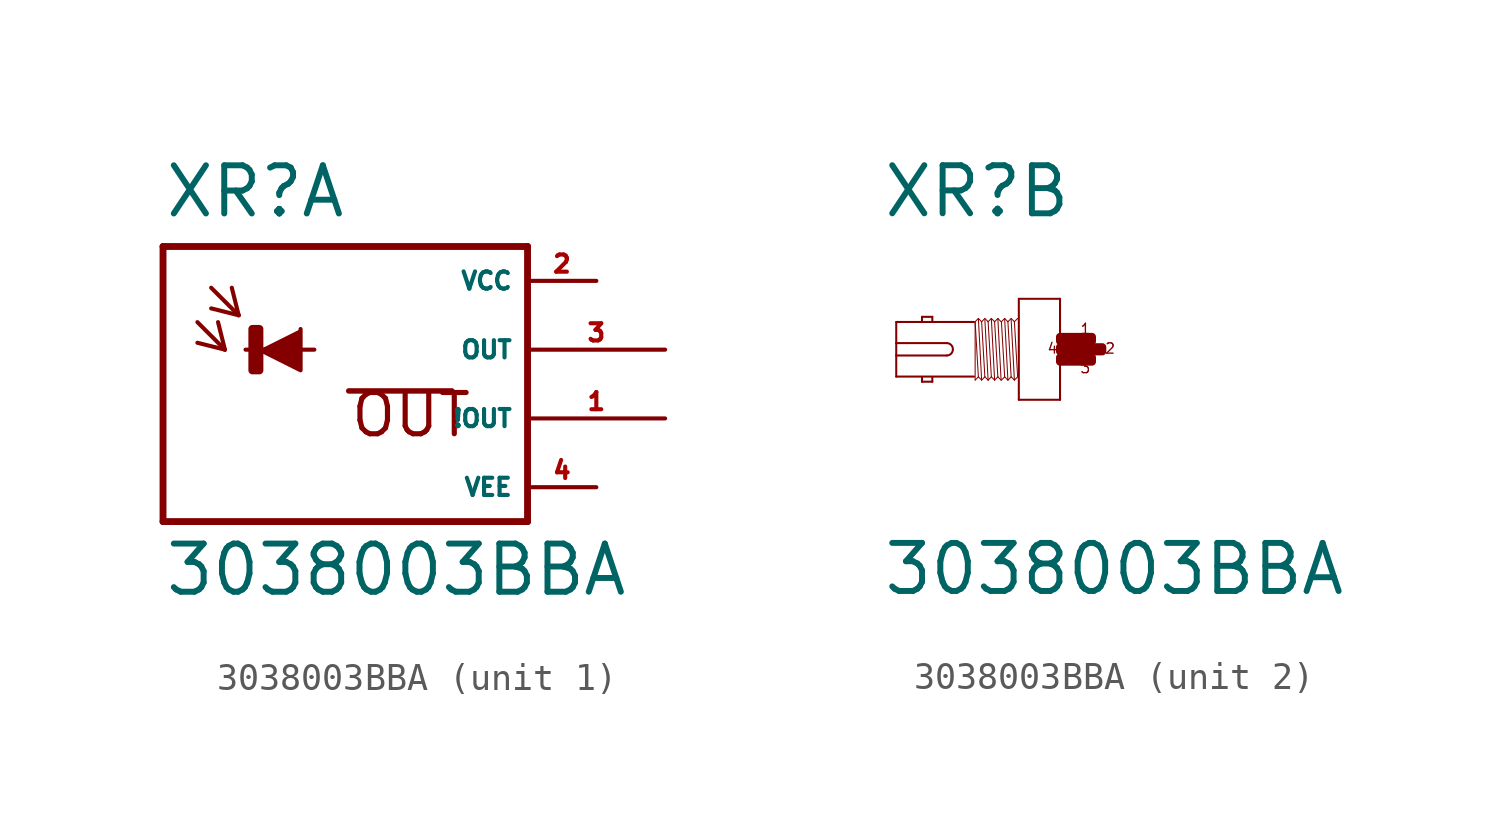
<source format=kicad_sym>
(kicad_symbol_lib
  (version 20220914)
  (generator Eagle2Kicad)
  (symbol "3038003BBA"
    (property "Reference" "XR"
      (at -5.842 4.801 0)
      (effects (font (size 1.778 1.778) (thickness 0.22)) (justify left bottom)))
    (property "Value" "3038003BBA"
      (at -5.842 -9.169 0)
      (effects (font (size 1.778 1.778) (thickness 0.22)) (justify left bottom)))
    (symbol "3038003BBA_1_0"
      (polyline (pts (xy -2.286 0) (xy -0.762 -0.762) (xy -0.762 0.762)) (stroke (width 0.152) (type default)) (fill (type outline)))
      (polyline (pts (xy -4.572 1.016) (xy -3.556 0)) (stroke (width 0.152) (type default)) (fill (type none)))
      (polyline (pts (xy -3.556 0) (xy -3.81 1.016)) (stroke (width 0.152) (type default)) (fill (type none)))
      (polyline (pts (xy -3.556 0) (xy -4.572 0.254)) (stroke (width 0.152) (type default)) (fill (type none)))
      (polyline (pts (xy -4.064 2.286) (xy -3.048 1.27)) (stroke (width 0.152) (type default)) (fill (type none)))
      (polyline (pts (xy -3.048 1.27) (xy -3.302 2.286)) (stroke (width 0.152) (type default)) (fill (type none)))
      (polyline (pts (xy -3.048 1.27) (xy -4.064 1.524)) (stroke (width 0.152) (type default)) (fill (type none)))
      (polyline (pts (xy 7.62 3.81) (xy 7.62 -6.35)) (stroke (width 0.254) (type default)) (fill (type none)))
      (polyline (pts (xy 7.62 -6.35) (xy -5.842 -6.35)) (stroke (width 0.254) (type default)) (fill (type none)))
      (polyline (pts (xy -5.842 -6.35) (xy -5.842 3.81)) (stroke (width 0.254) (type default)) (fill (type none)))
      (polyline (pts (xy -5.842 3.81) (xy 7.62 3.81)) (stroke (width 0.254) (type default)) (fill (type none)))
      (polyline (pts (xy -2.794 0) (xy -0.254 0)) (stroke (width 0.152) (type default)) (fill (type none)))
      (polyline (pts (xy 1.016 -1.524) (xy 4.826 -1.524)) (stroke (width 0.203) (type default)) (fill (type none)))
      (text "OUT" (at 1.016 -3.302 0) (effects (font (size 1.524 1.524) (thickness 0.19)) (justify left bottom)))
      (rectangle (start -2.54 -0.762) (end -2.286 0.762) (stroke (width 0.3) (type default)) (fill (type outline)))
      (pin unspecified line (at 10.16 2.54 180) (length 2.54) (name "VCC" (effects (font (size 0.635 0.635) (thickness 0.08)) (justify left bottom))) (number "2" (effects (font (size 0.635 0.635) (thickness 0.08)) (justify left bottom))))
      (pin unspecified line (at 10.16 -5.08 180) (length 2.54) (name "VEE" (effects (font (size 0.635 0.635) (thickness 0.08)) (justify left bottom))) (number "4" (effects (font (size 0.635 0.635) (thickness 0.08)) (justify left bottom))))
      (pin output line (at 12.7 0 180) (length 5.08) (name "OUT" (effects (font (size 0.635 0.635) (thickness 0.08)) (justify left bottom))) (number "3" (effects (font (size 0.635 0.635) (thickness 0.08)) (justify left bottom))))
      (pin output line (at 12.7 -2.54 180) (length 5.08) (name "!OUT" (effects (font (size 0.635 0.635) (thickness 0.08)) (justify left bottom))) (number "1" (effects (font (size 0.635 0.635) (thickness 0.08)) (justify left bottom)))))
    (symbol "3038003BBA_2_0"
      (polyline (pts (xy 0.762 1.867) (xy 0.762 -1.867)) (stroke (width 0.076) (type default)) (fill (type none)))
      (polyline (pts (xy 0.762 -1.867) (xy -0.762 -1.867)) (stroke (width 0.076) (type default)) (fill (type none)))
      (polyline (pts (xy -0.762 -1.867) (xy -0.762 1.867)) (stroke (width 0.076) (type default)) (fill (type none)))
      (polyline (pts (xy -0.762 1.867) (xy 0.762 1.867)) (stroke (width 0.076) (type default)) (fill (type none)))
      (polyline (pts (xy -2.419 1.01) (xy -5.296 1.01)) (stroke (width 0.076) (type default)) (fill (type none)))
      (polyline (pts (xy -5.296 1.01) (xy -5.296 0.229)) (stroke (width 0.076) (type default)) (fill (type none)))
      (polyline (pts (xy -5.296 0.229) (xy -5.296 -0.229)) (stroke (width 0.076) (type default)) (fill (type none)))
      (polyline (pts (xy -5.296 -0.229) (xy -5.296 -1.01)) (stroke (width 0.076) (type default)) (fill (type none)))
      (polyline (pts (xy -5.296 -1.01) (xy -2.419 -1.01)) (stroke (width 0.076) (type default)) (fill (type none)))
      (polyline (pts (xy -3.962 -1.029) (xy -3.962 -1.2)) (stroke (width 0.076) (type default)) (fill (type none)))
      (polyline (pts (xy -3.962 -1.2) (xy -4.343 -1.2)) (stroke (width 0.076) (type default)) (fill (type none)))
      (polyline (pts (xy -4.343 -1.2) (xy -4.343 -1.029)) (stroke (width 0.076) (type default)) (fill (type none)))
      (polyline (pts (xy -4.343 1.029) (xy -4.343 1.2)) (stroke (width 0.076) (type default)) (fill (type none)))
      (polyline (pts (xy -4.343 1.2) (xy -3.962 1.2)) (stroke (width 0.076) (type default)) (fill (type none)))
      (polyline (pts (xy -3.962 1.2) (xy -3.962 1.029)) (stroke (width 0.076) (type default)) (fill (type none)))
      (polyline (pts (xy -2.258 1.14) (xy -2.138 -1.14)) (stroke (width 0.038) (type default)) (fill (type none)))
      (polyline (pts (xy -2.018 1.099) (xy -1.898 -1.14)) (stroke (width 0.038) (type default)) (fill (type none)))
      (polyline (pts (xy -1.898 1.02) (xy -1.778 -1.02)) (stroke (width 0.038) (type default)) (fill (type none)))
      (polyline (pts (xy -1.778 1.14) (xy -1.658 -1.14)) (stroke (width 0.038) (type default)) (fill (type none)))
      (polyline (pts (xy -1.538 1.14) (xy -1.418 -1.14)) (stroke (width 0.038) (type default)) (fill (type none)))
      (polyline (pts (xy -2.378 -1.14) (xy -2.378 0.999)) (stroke (width 0.038) (type default)) (fill (type none)))
      (polyline (pts (xy -2.378 -1.14) (xy -2.258 -1.02)) (stroke (width 0.038) (type default)) (fill (type none)))
      (polyline (pts (xy -2.258 -1.02) (xy -2.138 -1.14)) (stroke (width 0.038) (type default)) (fill (type none)))
      (polyline (pts (xy -2.138 -1.14) (xy -2.018 -1.02)) (stroke (width 0.038) (type default)) (fill (type none)))
      (polyline (pts (xy -2.018 -1.02) (xy -1.898 -1.14)) (stroke (width 0.038) (type default)) (fill (type none)))
      (polyline (pts (xy -1.898 -1.14) (xy -1.778 -1.02)) (stroke (width 0.038) (type default)) (fill (type none)))
      (polyline (pts (xy -1.778 -1.02) (xy -1.658 -1.14)) (stroke (width 0.038) (type default)) (fill (type none)))
      (polyline (pts (xy -1.658 -1.14) (xy -1.538 -1.02)) (stroke (width 0.038) (type default)) (fill (type none)))
      (polyline (pts (xy -1.538 -1.02) (xy -1.418 -1.14)) (stroke (width 0.038) (type default)) (fill (type none)))
      (polyline (pts (xy -2.378 1.02) (xy -2.258 1.14)) (stroke (width 0.038) (type default)) (fill (type none)))
      (polyline (pts (xy -2.258 1.14) (xy -2.138 1.02)) (stroke (width 0.038) (type default)) (fill (type none)))
      (polyline (pts (xy -2.138 1.02) (xy -2.018 1.14)) (stroke (width 0.038) (type default)) (fill (type none)))
      (polyline (pts (xy -2.018 1.14) (xy -1.898 1.02)) (stroke (width 0.038) (type default)) (fill (type none)))
      (polyline (pts (xy -1.898 1.02) (xy -1.778 1.14)) (stroke (width 0.038) (type default)) (fill (type none)))
      (polyline (pts (xy -1.778 1.14) (xy -1.658 1.02)) (stroke (width 0.038) (type default)) (fill (type none)))
      (polyline (pts (xy -1.658 1.02) (xy -1.538 1.14)) (stroke (width 0.038) (type default)) (fill (type none)))
      (polyline (pts (xy -1.538 1.14) (xy -1.418 1.02)) (stroke (width 0.038) (type default)) (fill (type none)))
      (polyline (pts (xy -2.138 1.02) (xy -2.018 -1.02)) (stroke (width 0.038) (type default)) (fill (type none)))
      (polyline (pts (xy -1.658 1.02) (xy -1.538 -1.02)) (stroke (width 0.038) (type default)) (fill (type none)))
      (polyline (pts (xy -2.378 1.02) (xy -2.258 -1.02)) (stroke (width 0.038) (type default)) (fill (type none)))
      (polyline (pts (xy -1.286 1.14) (xy -1.166 -1.14)) (stroke (width 0.038) (type default)) (fill (type none)))
      (polyline (pts (xy -1.046 1.099) (xy -0.926 -1.14)) (stroke (width 0.038) (type default)) (fill (type none)))
      (polyline (pts (xy -0.926 1.02) (xy -0.806 -1.02)) (stroke (width 0.038) (type default)) (fill (type none)))
      (polyline (pts (xy -1.406 -1.14) (xy -1.286 -1.02)) (stroke (width 0.038) (type default)) (fill (type none)))
      (polyline (pts (xy -1.286 -1.02) (xy -1.166 -1.14)) (stroke (width 0.038) (type default)) (fill (type none)))
      (polyline (pts (xy -1.166 -1.14) (xy -1.046 -1.02)) (stroke (width 0.038) (type default)) (fill (type none)))
      (polyline (pts (xy -1.046 -1.02) (xy -0.926 -1.14)) (stroke (width 0.038) (type default)) (fill (type none)))
      (polyline (pts (xy -0.926 -1.14) (xy -0.806 -1.02)) (stroke (width 0.038) (type default)) (fill (type none)))
      (polyline (pts (xy -1.406 1.02) (xy -1.286 1.14)) (stroke (width 0.038) (type default)) (fill (type none)))
      (polyline (pts (xy -1.286 1.14) (xy -1.166 1.02)) (stroke (width 0.038) (type default)) (fill (type none)))
      (polyline (pts (xy -1.166 1.02) (xy -1.046 1.14)) (stroke (width 0.038) (type default)) (fill (type none)))
      (polyline (pts (xy -1.046 1.14) (xy -0.926 1.02)) (stroke (width 0.038) (type default)) (fill (type none)))
      (polyline (pts (xy -0.926 1.02) (xy -0.806 1.14)) (stroke (width 0.038) (type default)) (fill (type none)))
      (polyline (pts (xy -1.166 1.02) (xy -1.046 -1.02)) (stroke (width 0.038) (type default)) (fill (type none)))
      (polyline (pts (xy -1.406 1.02) (xy -1.286 -1.02)) (stroke (width 0.038) (type default)) (fill (type none)))
      (polyline (pts (xy -5.296 -0.229) (xy -3.429 -0.229)) (stroke (width 0.076) (type default)) (fill (type none)))
      (polyline (pts (xy -3.429 0.229) (xy -5.296 0.229)) (stroke (width 0.076) (type default)) (fill (type none)))
      (arc (start -3.429 -0.2286) (mid -3.200 0.000) (end -3.429 0.2286) (stroke (width 0.0762) (type default)) (fill (type none)))
      (text "1" (at 1.486 0.533 0) (effects (font (size 0.381 0.381) (thickness 0.05)) (justify left bottom)))
      (text "2" (at 2.4 -0.191 0) (effects (font (size 0.381 0.381) (thickness 0.05)) (justify left bottom)))
      (text "3" (at 1.486 -0.914 0) (effects (font (size 0.381 0.381) (thickness 0.05)) (justify left bottom)))
      (text "4" (at 0.267 -0.191 0) (effects (font (size 0.381 0.381) (thickness 0.05)) (justify left bottom)))
      (rectangle (start 1.524 -0.076) (end 2.324 0.076) (stroke (width 0.3) (type default)) (fill (type outline)))
      (rectangle (start 0.762 -0.076) (end 1.257 0.076) (stroke (width 0.3) (type default)) (fill (type outline)))
      (rectangle (start 0.762 0.305) (end 1.638 0.457) (stroke (width 0.3) (type default)) (fill (type outline)))
      (rectangle (start 0.762 -0.457) (end 1.638 -0.305) (stroke (width 0.3) (type default)) (fill (type outline)))
      (rectangle (start 1.6 -0.457) (end 1.943 -0.305) (stroke (width 0.3) (type default)) (fill (type outline)))
      (rectangle (start 1.219 -0.076) (end 1.562 0.076) (stroke (width 0.3) (type default)) (fill (type outline)))
      (rectangle (start 1.6 0.305) (end 1.943 0.457) (stroke (width 0.3) (type default)) (fill (type outline))))))
</source>
